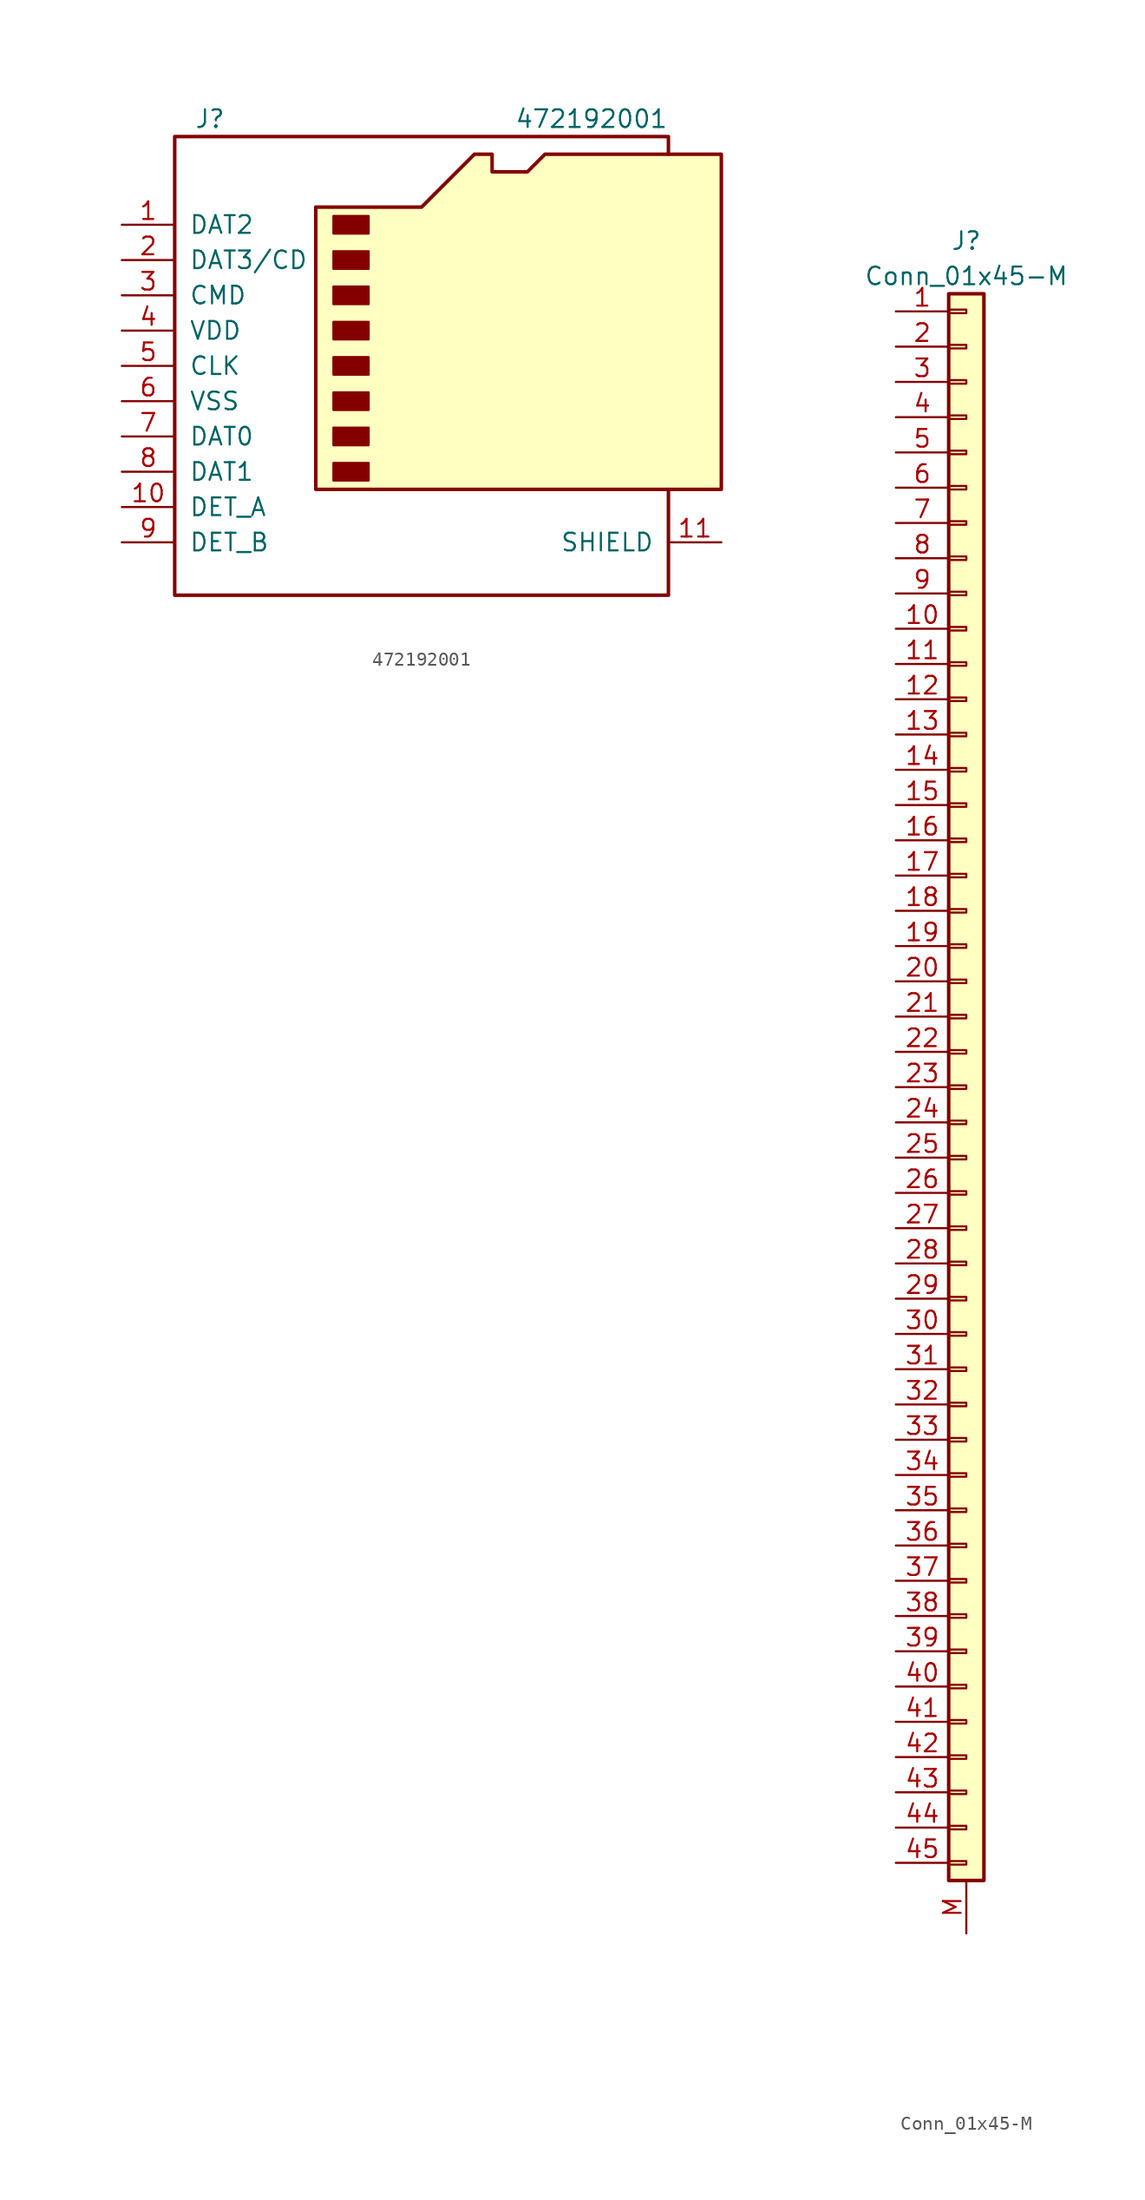
<source format=kicad_sym>
(kicad_symbol_lib
  (version 20220914)
  (generator kicad_symbol_editor)
  (symbol "472192001"
    (pin_names
      (offset 1.016))
    (property "Reference" "J"
      (at -16.51 17.78 0)
      (effects (font (size 1.27 1.27))))
    (property "Value" "472192001"
      (at 16.51 17.78 0)
      (effects (font (size 1.27 1.27)) (justify right)))
    (symbol "472192001_0_1"
      (rectangle (start -7.62 -6.985) (end -5.08 -8.255) (stroke (width 0) (type default)) (fill (type outline)))
      (rectangle (start -7.62 -4.445) (end -5.08 -5.715) (stroke (width 0) (type default)) (fill (type outline)))
      (rectangle (start -7.62 -1.905) (end -5.08 -3.175) (stroke (width 0) (type default)) (fill (type outline)))
      (rectangle (start -7.62 0.635) (end -5.08 -0.635) (stroke (width 0) (type default)) (fill (type outline)))
      (rectangle (start -7.62 3.175) (end -5.08 1.905) (stroke (width 0) (type default)) (fill (type outline)))
      (rectangle (start -7.62 5.715) (end -5.08 4.445) (stroke (width 0) (type default)) (fill (type outline)))
      (rectangle (start -7.62 8.255) (end -5.08 6.985) (stroke (width 0) (type default)) (fill (type outline)))
      (rectangle (start -7.62 10.795) (end -5.08 9.525) (stroke (width 0) (type default)) (fill (type outline)))
      (polyline (pts (xy 16.51 15.24) (xy 16.51 16.51) (xy -19.05 16.51) (xy -19.05 -16.51) (xy 16.51 -16.51) (xy 16.51 -8.89)) (stroke (width 0.254) (type default)) (fill (type none)))
      (polyline (pts (xy -8.89 -8.89) (xy -8.89 11.43) (xy -1.27 11.43) (xy 2.54 15.24) (xy 3.81 15.24) (xy 3.81 13.97) (xy 6.35 13.97) (xy 7.62 15.24) (xy 20.32 15.24) (xy 20.32 -8.89) (xy -8.89 -8.89)) (stroke (width 0.254) (type default)) (fill (type background))))
    (symbol "472192001_1_1"
      (pin bidirectional line (at -22.86 10.16 0) (length 3.81) (name "DAT2" (effects (font (size 1.27 1.27)))) (number "1" (effects (font (size 1.27 1.27)))))
      (pin passive line (at -22.86 -10.16 0) (length 3.81) (name "DET_A" (effects (font (size 1.27 1.27)))) (number "10" (effects (font (size 1.27 1.27)))))
      (pin passive line (at 20.32 -12.7 180) (length 3.81) (name "SHIELD" (effects (font (size 1.27 1.27)))) (number "11" (effects (font (size 1.27 1.27)))))
      (pin bidirectional line (at -22.86 7.62 0) (length 3.81) (name "DAT3/CD" (effects (font (size 1.27 1.27)))) (number "2" (effects (font (size 1.27 1.27)))))
      (pin input line (at -22.86 5.08 0) (length 3.81) (name "CMD" (effects (font (size 1.27 1.27)))) (number "3" (effects (font (size 1.27 1.27)))))
      (pin power_in line (at -22.86 2.54 0) (length 3.81) (name "VDD" (effects (font (size 1.27 1.27)))) (number "4" (effects (font (size 1.27 1.27)))))
      (pin input line (at -22.86 0 0) (length 3.81) (name "CLK" (effects (font (size 1.27 1.27)))) (number "5" (effects (font (size 1.27 1.27)))))
      (pin power_in line (at -22.86 -2.54 0) (length 3.81) (name "VSS" (effects (font (size 1.27 1.27)))) (number "6" (effects (font (size 1.27 1.27)))))
      (pin bidirectional line (at -22.86 -5.08 0) (length 3.81) (name "DAT0" (effects (font (size 1.27 1.27)))) (number "7" (effects (font (size 1.27 1.27)))))
      (pin bidirectional line (at -22.86 -7.62 0) (length 3.81) (name "DAT1" (effects (font (size 1.27 1.27)))) (number "8" (effects (font (size 1.27 1.27)))))
      (pin passive line (at -22.86 -12.7 0) (length 3.81) (name "DET_B" (effects (font (size 1.27 1.27)))) (number "9" (effects (font (size 1.27 1.27)))))))
  (symbol "Conn_01x45-M"
    (pin_names
      (offset 1.016) hide)
    (property "Reference" "J"
      (at 0 53.34 0)
      (effects (font (size 1.27 1.27))))
    (property "Value" "Conn_01x45-M"
      (at 0 50.8 0)
      (effects (font (size 1.27 1.27))))
    (symbol "Conn_01x45-M_1_1"
      (rectangle (start -1.27 -63.373) (end 0 -63.627) (stroke (width 0.152) (type default)) (fill (type none)))
      (rectangle (start -1.27 -60.833) (end 0 -61.087) (stroke (width 0.152) (type default)) (fill (type none)))
      (rectangle (start -1.27 -58.293) (end 0 -58.547) (stroke (width 0.152) (type default)) (fill (type none)))
      (rectangle (start -1.27 -55.753) (end 0 -56.007) (stroke (width 0.152) (type default)) (fill (type none)))
      (rectangle (start -1.27 -53.213) (end 0 -53.467) (stroke (width 0.152) (type default)) (fill (type none)))
      (rectangle (start -1.27 -50.673) (end 0 -50.927) (stroke (width 0.152) (type default)) (fill (type none)))
      (rectangle (start -1.27 -48.133) (end 0 -48.387) (stroke (width 0.152) (type default)) (fill (type none)))
      (rectangle (start -1.27 -45.593) (end 0 -45.847) (stroke (width 0.152) (type default)) (fill (type none)))
      (rectangle (start -1.27 -43.053) (end 0 -43.307) (stroke (width 0.152) (type default)) (fill (type none)))
      (rectangle (start -1.27 -40.513) (end 0 -40.767) (stroke (width 0.152) (type default)) (fill (type none)))
      (rectangle (start -1.27 -37.973) (end 0 -38.227) (stroke (width 0.152) (type default)) (fill (type none)))
      (rectangle (start -1.27 -35.433) (end 0 -35.687) (stroke (width 0.152) (type default)) (fill (type none)))
      (rectangle (start -1.27 -32.893) (end 0 -33.147) (stroke (width 0.152) (type default)) (fill (type none)))
      (rectangle (start -1.27 -30.353) (end 0 -30.607) (stroke (width 0.152) (type default)) (fill (type none)))
      (rectangle (start -1.27 -27.813) (end 0 -28.067) (stroke (width 0.152) (type default)) (fill (type none)))
      (rectangle (start -1.27 -25.273) (end 0 -25.527) (stroke (width 0.152) (type default)) (fill (type none)))
      (rectangle (start -1.27 -22.733) (end 0 -22.987) (stroke (width 0.152) (type default)) (fill (type none)))
      (rectangle (start -1.27 -20.193) (end 0 -20.447) (stroke (width 0.152) (type default)) (fill (type none)))
      (rectangle (start -1.27 -17.653) (end 0 -17.907) (stroke (width 0.152) (type default)) (fill (type none)))
      (rectangle (start -1.27 -15.113) (end 0 -15.367) (stroke (width 0.152) (type default)) (fill (type none)))
      (rectangle (start -1.27 -12.573) (end 0 -12.827) (stroke (width 0.152) (type default)) (fill (type none)))
      (rectangle (start -1.27 -10.033) (end 0 -10.287) (stroke (width 0.152) (type default)) (fill (type none)))
      (rectangle (start -1.27 -7.493) (end 0 -7.747) (stroke (width 0.152) (type default)) (fill (type none)))
      (rectangle (start -1.27 -4.953) (end 0 -5.207) (stroke (width 0.152) (type default)) (fill (type none)))
      (rectangle (start -1.27 -2.413) (end 0 -2.667) (stroke (width 0.152) (type default)) (fill (type none)))
      (rectangle (start -1.27 0.127) (end 0 -0.127) (stroke (width 0.152) (type default)) (fill (type none)))
      (rectangle (start -1.27 2.667) (end 0 2.413) (stroke (width 0.152) (type default)) (fill (type none)))
      (rectangle (start -1.27 5.207) (end 0 4.953) (stroke (width 0.152) (type default)) (fill (type none)))
      (rectangle (start -1.27 7.747) (end 0 7.493) (stroke (width 0.152) (type default)) (fill (type none)))
      (rectangle (start -1.27 10.287) (end 0 10.033) (stroke (width 0.152) (type default)) (fill (type none)))
      (rectangle (start -1.27 12.827) (end 0 12.573) (stroke (width 0.152) (type default)) (fill (type none)))
      (rectangle (start -1.27 15.367) (end 0 15.113) (stroke (width 0.152) (type default)) (fill (type none)))
      (rectangle (start -1.27 17.907) (end 0 17.653) (stroke (width 0.152) (type default)) (fill (type none)))
      (rectangle (start -1.27 20.447) (end 0 20.193) (stroke (width 0.152) (type default)) (fill (type none)))
      (rectangle (start -1.27 22.987) (end 0 22.733) (stroke (width 0.152) (type default)) (fill (type none)))
      (rectangle (start -1.27 25.527) (end 0 25.273) (stroke (width 0.152) (type default)) (fill (type none)))
      (rectangle (start -1.27 28.067) (end 0 27.813) (stroke (width 0.152) (type default)) (fill (type none)))
      (rectangle (start -1.27 30.607) (end 0 30.353) (stroke (width 0.152) (type default)) (fill (type none)))
      (rectangle (start -1.27 33.147) (end 0 32.893) (stroke (width 0.152) (type default)) (fill (type none)))
      (rectangle (start -1.27 35.687) (end 0 35.433) (stroke (width 0.152) (type default)) (fill (type none)))
      (rectangle (start -1.27 38.227) (end 0 37.973) (stroke (width 0.152) (type default)) (fill (type none)))
      (rectangle (start -1.27 40.767) (end 0 40.513) (stroke (width 0.152) (type default)) (fill (type none)))
      (rectangle (start -1.27 43.307) (end 0 43.053) (stroke (width 0.152) (type default)) (fill (type none)))
      (rectangle (start -1.27 45.847) (end 0 45.593) (stroke (width 0.152) (type default)) (fill (type none)))
      (rectangle (start -1.27 48.387) (end 0 48.133) (stroke (width 0.152) (type default)) (fill (type none)))
      (rectangle (start -1.27 49.53) (end 1.27 -64.77) (stroke (width 0.254) (type default)) (fill (type background)))
      (pin passive line (at -5.08 48.26 0) (length 3.81) (name "Pin_1" (effects (font (size 1.27 1.27)))) (number "1" (effects (font (size 1.27 1.27)))))
      (pin passive line (at -5.08 25.4 0) (length 3.81) (name "Pin_10" (effects (font (size 1.27 1.27)))) (number "10" (effects (font (size 1.27 1.27)))))
      (pin passive line (at -5.08 22.86 0) (length 3.81) (name "Pin_11" (effects (font (size 1.27 1.27)))) (number "11" (effects (font (size 1.27 1.27)))))
      (pin passive line (at -5.08 20.32 0) (length 3.81) (name "Pin_12" (effects (font (size 1.27 1.27)))) (number "12" (effects (font (size 1.27 1.27)))))
      (pin passive line (at -5.08 17.78 0) (length 3.81) (name "Pin_13" (effects (font (size 1.27 1.27)))) (number "13" (effects (font (size 1.27 1.27)))))
      (pin passive line (at -5.08 15.24 0) (length 3.81) (name "Pin_14" (effects (font (size 1.27 1.27)))) (number "14" (effects (font (size 1.27 1.27)))))
      (pin passive line (at -5.08 12.7 0) (length 3.81) (name "Pin_15" (effects (font (size 1.27 1.27)))) (number "15" (effects (font (size 1.27 1.27)))))
      (pin passive line (at -5.08 10.16 0) (length 3.81) (name "Pin_16" (effects (font (size 1.27 1.27)))) (number "16" (effects (font (size 1.27 1.27)))))
      (pin passive line (at -5.08 7.62 0) (length 3.81) (name "Pin_17" (effects (font (size 1.27 1.27)))) (number "17" (effects (font (size 1.27 1.27)))))
      (pin passive line (at -5.08 5.08 0) (length 3.81) (name "Pin_18" (effects (font (size 1.27 1.27)))) (number "18" (effects (font (size 1.27 1.27)))))
      (pin passive line (at -5.08 2.54 0) (length 3.81) (name "Pin_19" (effects (font (size 1.27 1.27)))) (number "19" (effects (font (size 1.27 1.27)))))
      (pin passive line (at -5.08 45.72 0) (length 3.81) (name "Pin_2" (effects (font (size 1.27 1.27)))) (number "2" (effects (font (size 1.27 1.27)))))
      (pin passive line (at -5.08 0 0) (length 3.81) (name "Pin_20" (effects (font (size 1.27 1.27)))) (number "20" (effects (font (size 1.27 1.27)))))
      (pin passive line (at -5.08 -2.54 0) (length 3.81) (name "Pin_21" (effects (font (size 1.27 1.27)))) (number "21" (effects (font (size 1.27 1.27)))))
      (pin passive line (at -5.08 -5.08 0) (length 3.81) (name "Pin_22" (effects (font (size 1.27 1.27)))) (number "22" (effects (font (size 1.27 1.27)))))
      (pin passive line (at -5.08 -7.62 0) (length 3.81) (name "Pin_23" (effects (font (size 1.27 1.27)))) (number "23" (effects (font (size 1.27 1.27)))))
      (pin passive line (at -5.08 -10.16 0) (length 3.81) (name "Pin_24" (effects (font (size 1.27 1.27)))) (number "24" (effects (font (size 1.27 1.27)))))
      (pin passive line (at -5.08 -12.7 0) (length 3.81) (name "Pin_25" (effects (font (size 1.27 1.27)))) (number "25" (effects (font (size 1.27 1.27)))))
      (pin passive line (at -5.08 -15.24 0) (length 3.81) (name "Pin_26" (effects (font (size 1.27 1.27)))) (number "26" (effects (font (size 1.27 1.27)))))
      (pin passive line (at -5.08 -17.78 0) (length 3.81) (name "Pin_27" (effects (font (size 1.27 1.27)))) (number "27" (effects (font (size 1.27 1.27)))))
      (pin passive line (at -5.08 -20.32 0) (length 3.81) (name "Pin_28" (effects (font (size 1.27 1.27)))) (number "28" (effects (font (size 1.27 1.27)))))
      (pin passive line (at -5.08 -22.86 0) (length 3.81) (name "Pin_29" (effects (font (size 1.27 1.27)))) (number "29" (effects (font (size 1.27 1.27)))))
      (pin passive line (at -5.08 43.18 0) (length 3.81) (name "Pin_3" (effects (font (size 1.27 1.27)))) (number "3" (effects (font (size 1.27 1.27)))))
      (pin passive line (at -5.08 -25.4 0) (length 3.81) (name "Pin_30" (effects (font (size 1.27 1.27)))) (number "30" (effects (font (size 1.27 1.27)))))
      (pin passive line (at -5.08 -27.94 0) (length 3.81) (name "Pin_31" (effects (font (size 1.27 1.27)))) (number "31" (effects (font (size 1.27 1.27)))))
      (pin passive line (at -5.08 -30.48 0) (length 3.81) (name "Pin_32" (effects (font (size 1.27 1.27)))) (number "32" (effects (font (size 1.27 1.27)))))
      (pin passive line (at -5.08 -33.02 0) (length 3.81) (name "Pin_33" (effects (font (size 1.27 1.27)))) (number "33" (effects (font (size 1.27 1.27)))))
      (pin passive line (at -5.08 -35.56 0) (length 3.81) (name "Pin_34" (effects (font (size 1.27 1.27)))) (number "34" (effects (font (size 1.27 1.27)))))
      (pin passive line (at -5.08 -38.1 0) (length 3.81) (name "Pin_35" (effects (font (size 1.27 1.27)))) (number "35" (effects (font (size 1.27 1.27)))))
      (pin passive line (at -5.08 -40.64 0) (length 3.81) (name "Pin_36" (effects (font (size 1.27 1.27)))) (number "36" (effects (font (size 1.27 1.27)))))
      (pin passive line (at -5.08 -43.18 0) (length 3.81) (name "Pin_37" (effects (font (size 1.27 1.27)))) (number "37" (effects (font (size 1.27 1.27)))))
      (pin passive line (at -5.08 -45.72 0) (length 3.81) (name "Pin_38" (effects (font (size 1.27 1.27)))) (number "38" (effects (font (size 1.27 1.27)))))
      (pin passive line (at -5.08 -48.26 0) (length 3.81) (name "Pin_39" (effects (font (size 1.27 1.27)))) (number "39" (effects (font (size 1.27 1.27)))))
      (pin passive line (at -5.08 40.64 0) (length 3.81) (name "Pin_4" (effects (font (size 1.27 1.27)))) (number "4" (effects (font (size 1.27 1.27)))))
      (pin passive line (at -5.08 -50.8 0) (length 3.81) (name "Pin_40" (effects (font (size 1.27 1.27)))) (number "40" (effects (font (size 1.27 1.27)))))
      (pin passive line (at -5.08 -53.34 0) (length 3.81) (name "Pin_41" (effects (font (size 1.27 1.27)))) (number "41" (effects (font (size 1.27 1.27)))))
      (pin passive line (at -5.08 -55.88 0) (length 3.81) (name "Pin_42" (effects (font (size 1.27 1.27)))) (number "42" (effects (font (size 1.27 1.27)))))
      (pin passive line (at -5.08 -58.42 0) (length 3.81) (name "Pin_43" (effects (font (size 1.27 1.27)))) (number "43" (effects (font (size 1.27 1.27)))))
      (pin passive line (at -5.08 -60.96 0) (length 3.81) (name "Pin_44" (effects (font (size 1.27 1.27)))) (number "44" (effects (font (size 1.27 1.27)))))
      (pin passive line (at -5.08 -63.5 0) (length 3.81) (name "Pin_45" (effects (font (size 1.27 1.27)))) (number "45" (effects (font (size 1.27 1.27)))))
      (pin passive line (at -5.08 38.1 0) (length 3.81) (name "Pin_5" (effects (font (size 1.27 1.27)))) (number "5" (effects (font (size 1.27 1.27)))))
      (pin passive line (at -5.08 35.56 0) (length 3.81) (name "Pin_6" (effects (font (size 1.27 1.27)))) (number "6" (effects (font (size 1.27 1.27)))))
      (pin passive line (at -5.08 33.02 0) (length 3.81) (name "Pin_7" (effects (font (size 1.27 1.27)))) (number "7" (effects (font (size 1.27 1.27)))))
      (pin passive line (at -5.08 30.48 0) (length 3.81) (name "Pin_8" (effects (font (size 1.27 1.27)))) (number "8" (effects (font (size 1.27 1.27)))))
      (pin passive line (at -5.08 27.94 0) (length 3.81) (name "Pin_9" (effects (font (size 1.27 1.27)))) (number "9" (effects (font (size 1.27 1.27)))))
      (pin passive line (at 0 -68.58 90) (length 3.81) (name "MNT" (effects (font (size 1.27 1.27)))) (number "M" (effects (font (size 1.27 1.27))))))))
</source>
